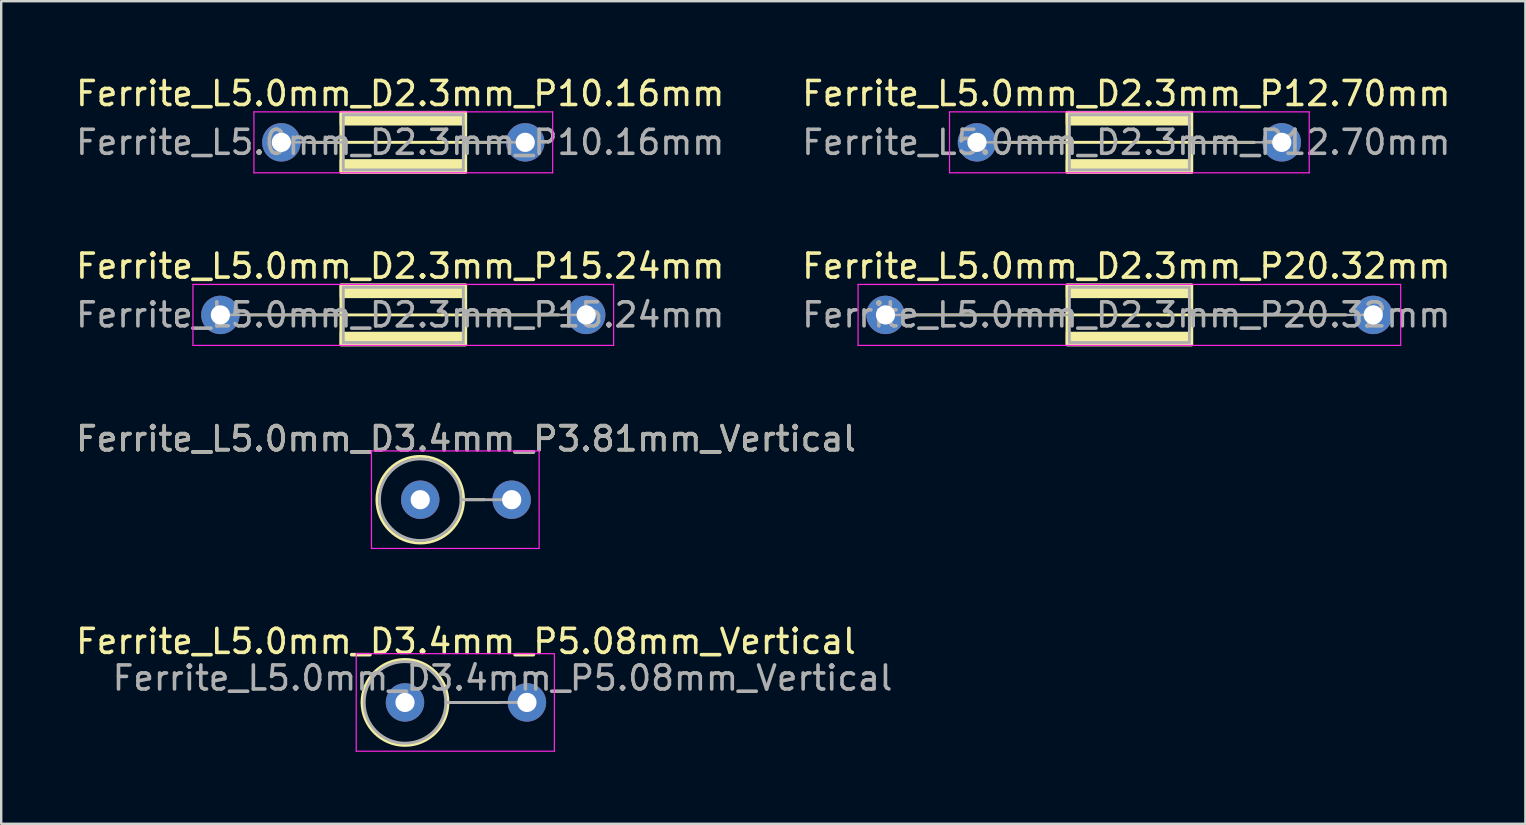
<source format=kicad_pcb>
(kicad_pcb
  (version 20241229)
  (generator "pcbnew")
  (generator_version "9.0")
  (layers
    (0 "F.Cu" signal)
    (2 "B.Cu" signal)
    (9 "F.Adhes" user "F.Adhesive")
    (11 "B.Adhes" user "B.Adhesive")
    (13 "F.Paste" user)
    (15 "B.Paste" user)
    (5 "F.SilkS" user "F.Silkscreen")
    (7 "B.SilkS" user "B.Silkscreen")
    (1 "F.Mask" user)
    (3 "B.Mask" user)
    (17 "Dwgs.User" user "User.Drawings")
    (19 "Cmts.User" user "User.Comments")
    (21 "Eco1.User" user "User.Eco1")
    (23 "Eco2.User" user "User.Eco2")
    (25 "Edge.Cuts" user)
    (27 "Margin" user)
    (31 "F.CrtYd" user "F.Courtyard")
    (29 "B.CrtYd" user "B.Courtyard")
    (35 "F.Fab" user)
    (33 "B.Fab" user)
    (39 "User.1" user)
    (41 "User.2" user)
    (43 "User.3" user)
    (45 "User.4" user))
  (footprint "Ferrite_L5.0mm_D3.4mm_P5.08mm_Vertical"
    (layer "F.Cu")
    (at 13.823 26.214)
    (property "Reference" "Ferrite_L5.0mm_D3.4mm_P5.08mm_Vertical" (at 2.54 -2.54 0) (layer "F.SilkS") (effects (font (size 1 1) (thickness 0.15))))
    (fp_line (start 1.79 0) (end 3.937 0) (stroke (width 0.12) (type solid)) (layer "F.SilkS"))
    (fp_circle (center 0 0) (end 1.79 0) (stroke (width 0.12) (type solid)) (fill no) (layer "F.SilkS"))
    (fp_line (start -2.032 -2.032) (end 6.223 -2.032) (stroke (width 0.05) (type solid)) (layer "F.CrtYd"))
    (fp_line (start -2.032 2.032) (end -2.032 -2.032) (stroke (width 0.05) (type solid)) (layer "F.CrtYd"))
    (fp_line (start 6.223 -2.032) (end 6.223 2.032) (stroke (width 0.05) (type solid)) (layer "F.CrtYd"))
    (fp_line (start 6.223 2.032) (end -2.032 2.032) (stroke (width 0.05) (type solid)) (layer "F.CrtYd"))
    (fp_line (start 1.7 0) (end 5.08 0) (stroke (width 0.12) (type solid)) (layer "F.Fab"))
    (fp_circle (center 0 0) (end 1.7 0) (stroke (width 0.12) (type solid)) (fill no) (layer "F.Fab"))
    (fp_text user "${REFERENCE}" (at 4.064 -1.016 0) (layer "F.Fab") (effects (font (size 1 1) (thickness 0.15))))
    (pad "1" thru_hole circle (at 0 0) (size 1.6 1.6) (drill 0.8) (layers "*.Cu" "*.Mask"))
    (pad "2" thru_hole circle (at 5.08 0) (size 1.6 1.6) (drill 0.8) (layers "*.Cu" "*.Mask")))
  (footprint "Ferrite_L5.0mm_D2.3mm_P12.70mm"
    (layer "F.Cu")
    (at 37.652 2.88)
    (property "Reference" "Ferrite_L5.0mm_D2.3mm_P12.70mm" (at 6.223 -2.032 0) (layer "F.SilkS") (effects (font (size 1 1) (thickness 0.15))))
    (fp_line (start 7.964 0.000002) (end 1.143 0) (stroke (width 0.12) (type solid)) (layer "F.SilkS"))
    (fp_line (start 7.964 0.000002) (end 11.557 0) (stroke (width 0.12) (type solid)) (layer "F.SilkS"))
    (fp_rect (start 3.75 -1.25) (end 8.95 1.25) (stroke (width 0.12) (type solid)) (fill no) (layer "F.SilkS"))
    (fp_poly (pts (xy 3.75 0.75) (xy 8.95 0.75) (xy 8.95 1.25) (xy 3.75 1.25)) (stroke (width 0.1) (type solid)) (fill yes) (layer "F.SilkS"))
    (fp_poly (pts (xy 8.95 -0.75) (xy 3.75 -0.75) (xy 3.75 -1.25) (xy 8.95 -1.25)) (stroke (width 0.1) (type solid)) (fill yes) (layer "F.SilkS"))
    (fp_line (start -1.143 -1.27) (end 13.843 -1.27) (stroke (width 0.05) (type solid)) (layer "F.CrtYd"))
    (fp_line (start -1.143 1.27) (end -1.143 -1.27) (stroke (width 0.05) (type solid)) (layer "F.CrtYd"))
    (fp_line (start 13.843 -1.27) (end 13.843 1.27) (stroke (width 0.05) (type solid)) (layer "F.CrtYd"))
    (fp_line (start 13.843 1.27) (end -1.143 1.27) (stroke (width 0.05) (type solid)) (layer "F.CrtYd"))
    (fp_line (start 0 0) (end 3.85 0) (stroke (width 0.1) (type solid)) (layer "F.Fab"))
    (fp_line (start 3.85 -1.15) (end 8.85 -1.15) (stroke (width 0.12) (type solid)) (layer "F.Fab"))
    (fp_line (start 3.85 1.15) (end 3.85 -1.15) (stroke (width 0.12) (type solid)) (layer "F.Fab"))
    (fp_line (start 8.85 -1.15) (end 8.85 1.15) (stroke (width 0.12) (type solid)) (layer "F.Fab"))
    (fp_line (start 8.85 1.15) (end 3.85 1.15) (stroke (width 0.12) (type solid)) (layer "F.Fab"))
    (fp_line (start 12.7 0) (end 8.85 0) (stroke (width 0.1) (type solid)) (layer "F.Fab"))
    (fp_text user "${REFERENCE}" (at 6.223 0 0) (layer "F.Fab") (effects (font (size 1 1) (thickness 0.15))))
    (pad "1" thru_hole circle (at 0 0) (size 1.6 1.6) (drill 0.8) (layers "*.Cu" "*.Mask"))
    (pad "2" thru_hole circle (at 12.7 0) (size 1.6 1.6) (drill 0.8) (layers "*.Cu" "*.Mask")))
  (footprint "Ferrite_L5.0mm_D3.4mm_P3.81mm_Vertical"
    (layer "F.Cu")
    (at 14.458 17.769)
    (property "Reference" "Ferrite_L5.0mm_D3.4mm_P3.81mm_Vertical" (at 1.905 -2.54 0) (layer "F.SilkS") (effects (font (size 1 1) (thickness 0.15))))
    (fp_line (start 1.805 0) (end 2.667 0) (stroke (width 0.12) (type solid)) (layer "F.SilkS"))
    (fp_circle (center 0 0) (end 1.805 0) (stroke (width 0.12) (type solid)) (fill no) (layer "F.SilkS"))
    (fp_line (start -2.032 -2.032) (end 4.953 -2.032) (stroke (width 0.05) (type solid)) (layer "F.CrtYd"))
    (fp_line (start -2.032 2.032) (end -2.032 -2.032) (stroke (width 0.05) (type solid)) (layer "F.CrtYd"))
    (fp_line (start 4.953 -2.032) (end 4.953 2.032) (stroke (width 0.05) (type solid)) (layer "F.CrtYd"))
    (fp_line (start 4.953 2.032) (end -2.032 2.032) (stroke (width 0.05) (type solid)) (layer "F.CrtYd"))
    (fp_line (start 1.7 0) (end 3.81 0) (stroke (width 0.12) (type solid)) (layer "F.Fab"))
    (fp_circle (center 0 0) (end 1.7 0) (stroke (width 0.12) (type solid)) (fill no) (layer "F.Fab"))
    (fp_text user "${REFERENCE}" (at 1.905 -2.539 0) (layer "F.Fab") (effects (font (size 1 1) (thickness 0.15))))
    (pad "1" thru_hole circle (at 0 0) (size 1.6 1.6) (drill 0.8) (layers "*.Cu" "*.Mask"))
    (pad "2" thru_hole circle (at 3.81 0) (size 1.6 1.6) (drill 0.8) (layers "*.Cu" "*.Mask")))
  (footprint "Ferrite_L5.0mm_D2.3mm_P10.16mm"
    (layer "F.Cu")
    (at 8.672 2.88)
    (property "Reference" "Ferrite_L5.0mm_D2.3mm_P10.16mm" (at 4.953 -2.032 0) (layer "F.SilkS") (effects (font (size 1 1) (thickness 0.15))))
    (fp_line (start 6.694 0.000002) (end 1.143 0) (stroke (width 0.12) (type solid)) (layer "F.SilkS"))
    (fp_line (start 6.694 0.000002) (end 9.017 0) (stroke (width 0.12) (type solid)) (layer "F.SilkS"))
    (fp_rect (start 2.48 -1.25) (end 7.68 1.25) (stroke (width 0.12) (type solid)) (fill no) (layer "F.SilkS"))
    (fp_poly (pts (xy 2.48 0.75) (xy 7.68 0.75) (xy 7.68 1.25) (xy 2.48 1.25)) (stroke (width 0.1) (type solid)) (fill yes) (layer "F.SilkS"))
    (fp_poly (pts (xy 7.68 -0.75) (xy 2.48 -0.75) (xy 2.48 -1.25) (xy 7.68 -1.25)) (stroke (width 0.1) (type solid)) (fill yes) (layer "F.SilkS"))
    (fp_line (start -1.143 -1.27) (end 11.303 -1.27) (stroke (width 0.05) (type solid)) (layer "F.CrtYd"))
    (fp_line (start -1.143 1.27) (end -1.143 -1.27) (stroke (width 0.05) (type solid)) (layer "F.CrtYd"))
    (fp_line (start 11.303 -1.27) (end 11.303 1.27) (stroke (width 0.05) (type solid)) (layer "F.CrtYd"))
    (fp_line (start 11.303 1.27) (end -1.143 1.27) (stroke (width 0.05) (type solid)) (layer "F.CrtYd"))
    (fp_line (start 0 0) (end 2.58 0) (stroke (width 0.1) (type solid)) (layer "F.Fab"))
    (fp_line (start 2.58 -1.15) (end 7.58 -1.15) (stroke (width 0.12) (type solid)) (layer "F.Fab"))
    (fp_line (start 2.58 1.15) (end 2.58 -1.15) (stroke (width 0.12) (type solid)) (layer "F.Fab"))
    (fp_line (start 7.58 -1.15) (end 7.58 1.15) (stroke (width 0.12) (type solid)) (layer "F.Fab"))
    (fp_line (start 7.58 1.15) (end 2.58 1.15) (stroke (width 0.12) (type solid)) (layer "F.Fab"))
    (fp_line (start 10.16 0) (end 7.58 0) (stroke (width 0.1) (type solid)) (layer "F.Fab"))
    (fp_text user "${REFERENCE}" (at 4.953 0 0) (layer "F.Fab") (effects (font (size 1 1) (thickness 0.15))))
    (pad "1" thru_hole circle (at 0 0) (size 1.6 1.6) (drill 0.8) (layers "*.Cu" "*.Mask"))
    (pad "2" thru_hole circle (at 10.16 0) (size 1.6 1.6) (drill 0.8) (layers "*.Cu" "*.Mask")))
  (footprint "Ferrite_L5.0mm_D2.3mm_P20.32mm"
    (layer "F.Cu")
    (at 33.842 10.07)
    (property "Reference" "Ferrite_L5.0mm_D2.3mm_P20.32mm" (at 10.033 -2.032 0) (layer "F.SilkS") (effects (font (size 1 1) (thickness 0.15))))
    (fp_line (start 11.774 0.000002) (end 1.143 0) (stroke (width 0.12) (type solid)) (layer "F.SilkS"))
    (fp_line (start 11.774 0.000002) (end 19.177 0) (stroke (width 0.12) (type solid)) (layer "F.SilkS"))
    (fp_rect (start 7.56 -1.25) (end 12.76 1.25) (stroke (width 0.12) (type solid)) (fill no) (layer "F.SilkS"))
    (fp_poly (pts (xy 7.56 0.75) (xy 12.76 0.75) (xy 12.76 1.25) (xy 7.56 1.25)) (stroke (width 0.1) (type solid)) (fill yes) (layer "F.SilkS"))
    (fp_poly (pts (xy 12.76 -0.75) (xy 7.56 -0.75) (xy 7.56 -1.25) (xy 12.76 -1.25)) (stroke (width 0.1) (type solid)) (fill yes) (layer "F.SilkS"))
    (fp_line (start -1.143 -1.27) (end 21.463 -1.27) (stroke (width 0.05) (type solid)) (layer "F.CrtYd"))
    (fp_line (start -1.143 1.27) (end -1.143 -1.27) (stroke (width 0.05) (type solid)) (layer "F.CrtYd"))
    (fp_line (start 21.463 -1.27) (end 21.463 1.27) (stroke (width 0.05) (type solid)) (layer "F.CrtYd"))
    (fp_line (start 21.463 1.27) (end -1.143 1.27) (stroke (width 0.05) (type solid)) (layer "F.CrtYd"))
    (fp_line (start 0 0) (end 7.66 0) (stroke (width 0.1) (type solid)) (layer "F.Fab"))
    (fp_line (start 7.66 -1.15) (end 12.66 -1.15) (stroke (width 0.12) (type solid)) (layer "F.Fab"))
    (fp_line (start 7.66 1.15) (end 7.66 -1.15) (stroke (width 0.12) (type solid)) (layer "F.Fab"))
    (fp_line (start 12.66 -1.15) (end 12.66 1.15) (stroke (width 0.12) (type solid)) (layer "F.Fab"))
    (fp_line (start 12.66 1.15) (end 7.66 1.15) (stroke (width 0.12) (type solid)) (layer "F.Fab"))
    (fp_line (start 20.32 0) (end 12.66 0) (stroke (width 0.1) (type solid)) (layer "F.Fab"))
    (fp_text user "${REFERENCE}" (at 10.033 0 0) (layer "F.Fab") (effects (font (size 1 1) (thickness 0.15))))
    (pad "1" thru_hole circle (at 0 0) (size 1.6 1.6) (drill 0.8) (layers "*.Cu" "*.Mask"))
    (pad "2" thru_hole circle (at 20.32 0) (size 1.6 1.6) (drill 0.8) (layers "*.Cu" "*.Mask")))
  (footprint "Ferrite_L5.0mm_D2.3mm_P15.24mm"
    (layer "F.Cu")
    (at 6.132 10.07)
    (property "Reference" "Ferrite_L5.0mm_D2.3mm_P15.24mm" (at 7.493 -2.032 0) (layer "F.SilkS") (effects (font (size 1 1) (thickness 0.15))))
    (fp_line (start 9.234 0.000002) (end 1.143 0) (stroke (width 0.12) (type solid)) (layer "F.SilkS"))
    (fp_line (start 9.234 0.000002) (end 14.097 0) (stroke (width 0.12) (type solid)) (layer "F.SilkS"))
    (fp_rect (start 5.02 -1.25) (end 10.22 1.25) (stroke (width 0.12) (type solid)) (fill no) (layer "F.SilkS"))
    (fp_poly (pts (xy 5.02 0.75) (xy 10.22 0.75) (xy 10.22 1.25) (xy 5.02 1.25)) (stroke (width 0.1) (type solid)) (fill yes) (layer "F.SilkS"))
    (fp_poly (pts (xy 10.22 -0.75) (xy 5.02 -0.75) (xy 5.02 -1.25) (xy 10.22 -1.25)) (stroke (width 0.1) (type solid)) (fill yes) (layer "F.SilkS"))
    (fp_line (start -1.143 -1.27) (end 16.383 -1.27) (stroke (width 0.05) (type solid)) (layer "F.CrtYd"))
    (fp_line (start -1.143 1.27) (end -1.143 -1.27) (stroke (width 0.05) (type solid)) (layer "F.CrtYd"))
    (fp_line (start 16.383 -1.27) (end 16.383 1.27) (stroke (width 0.05) (type solid)) (layer "F.CrtYd"))
    (fp_line (start 16.383 1.27) (end -1.143 1.27) (stroke (width 0.05) (type solid)) (layer "F.CrtYd"))
    (fp_line (start 0 0) (end 5.12 0) (stroke (width 0.1) (type solid)) (layer "F.Fab"))
    (fp_line (start 5.12 -1.15) (end 10.12 -1.15) (stroke (width 0.12) (type solid)) (layer "F.Fab"))
    (fp_line (start 5.12 1.15) (end 5.12 -1.15) (stroke (width 0.12) (type solid)) (layer "F.Fab"))
    (fp_line (start 10.12 -1.15) (end 10.12 1.15) (stroke (width 0.12) (type solid)) (layer "F.Fab"))
    (fp_line (start 10.12 1.15) (end 5.12 1.15) (stroke (width 0.12) (type solid)) (layer "F.Fab"))
    (fp_line (start 15.24 0) (end 10.12 0) (stroke (width 0.1) (type solid)) (layer "F.Fab"))
    (fp_text user "${REFERENCE}" (at 7.493 0 0) (layer "F.Fab") (effects (font (size 1 1) (thickness 0.15))))
    (pad "1" thru_hole circle (at 0 0) (size 1.6 1.6) (drill 0.8) (layers "*.Cu" "*.Mask"))
    (pad "2" thru_hole circle (at 15.24 0) (size 1.6 1.6) (drill 0.8) (layers "*.Cu" "*.Mask")))
  (gr_rect
    (start -3 -3)
    (end 60.5 31.271)
    (stroke (width 0.1) (type default))
    (fill no)
    (layer "Edge.Cuts")))
</source>
